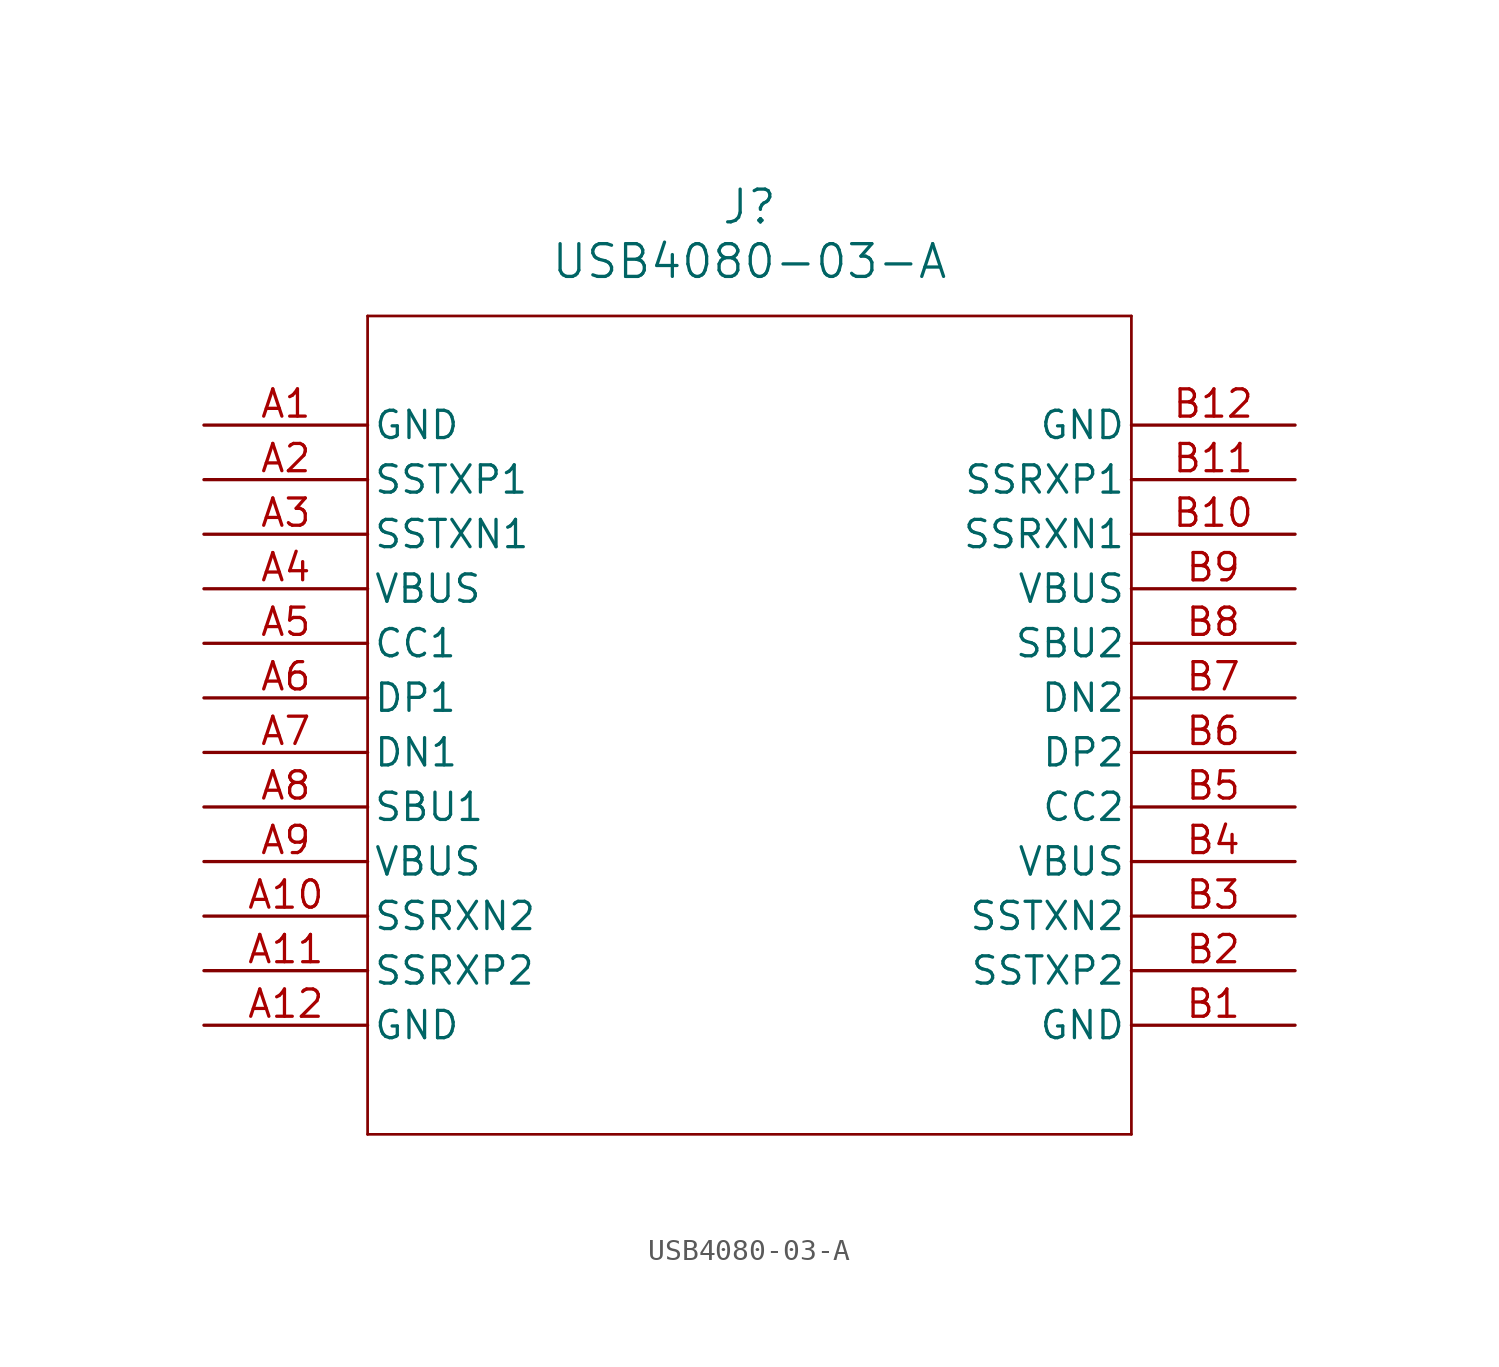
<source format=kicad_sym>
(kicad_symbol_lib
  (version 20211014)
  (generator kicad_symbol_editor)
  (symbol "USB4080-03-A"
    (pin_names
      (offset 0.254))
    (property "Reference" "J"
      (at 25.4 10.16 0)
      (effects (font (size 1.524 1.524))))
    (property "Value" "USB4080-03-A"
      (at 25.4 7.62 0)
      (effects (font (size 1.524 1.524))))
    (symbol "USB4080-03-A_0_1"
      (polyline (pts (xy 7.62 5.08) (xy 7.62 -33.02)) (stroke (width 0.127) (type default) (color 0 0 0 0)) (fill (type none)))
      (polyline (pts (xy 7.62 -33.02) (xy 43.18 -33.02)) (stroke (width 0.127) (type default) (color 0 0 0 0)) (fill (type none)))
      (polyline (pts (xy 43.18 -33.02) (xy 43.18 5.08)) (stroke (width 0.127) (type default) (color 0 0 0 0)) (fill (type none)))
      (polyline (pts (xy 43.18 5.08) (xy 7.62 5.08)) (stroke (width 0.127) (type default) (color 0 0 0 0)) (fill (type none)))
      (pin power_out line (at 0 0 0) (length 7.62) (name "GND" (effects (font (size 1.27 1.27)))) (number "A1" (effects (font (size 1.27 1.27)))))
      (pin bidirectional line (at 0 -2.54 0) (length 7.62) (name "SSTXP1" (effects (font (size 1.27 1.27)))) (number "A2" (effects (font (size 1.27 1.27)))))
      (pin bidirectional line (at 0 -5.08 0) (length 7.62) (name "SSTXN1" (effects (font (size 1.27 1.27)))) (number "A3" (effects (font (size 1.27 1.27)))))
      (pin power_in line (at 0 -7.62 0) (length 7.62) (name "VBUS" (effects (font (size 1.27 1.27)))) (number "A4" (effects (font (size 1.27 1.27)))))
      (pin bidirectional line (at 0 -10.16 0) (length 7.62) (name "CC1" (effects (font (size 1.27 1.27)))) (number "A5" (effects (font (size 1.27 1.27)))))
      (pin bidirectional line (at 0 -12.7 0) (length 7.62) (name "DP1" (effects (font (size 1.27 1.27)))) (number "A6" (effects (font (size 1.27 1.27)))))
      (pin bidirectional line (at 0 -15.24 0) (length 7.62) (name "DN1" (effects (font (size 1.27 1.27)))) (number "A7" (effects (font (size 1.27 1.27)))))
      (pin bidirectional line (at 0 -17.78 0) (length 7.62) (name "SBU1" (effects (font (size 1.27 1.27)))) (number "A8" (effects (font (size 1.27 1.27)))))
      (pin power_in line (at 0 -20.32 0) (length 7.62) (name "VBUS" (effects (font (size 1.27 1.27)))) (number "A9" (effects (font (size 1.27 1.27)))))
      (pin bidirectional line (at 0 -22.86 0) (length 7.62) (name "SSRXN2" (effects (font (size 1.27 1.27)))) (number "A10" (effects (font (size 1.27 1.27)))))
      (pin bidirectional line (at 0 -25.4 0) (length 7.62) (name "SSRXP2" (effects (font (size 1.27 1.27)))) (number "A11" (effects (font (size 1.27 1.27)))))
      (pin power_out line (at 0 -27.94 0) (length 7.62) (name "GND" (effects (font (size 1.27 1.27)))) (number "A12" (effects (font (size 1.27 1.27)))))
      (pin power_out line (at 50.8 -27.94 180) (length 7.62) (name "GND" (effects (font (size 1.27 1.27)))) (number "B1" (effects (font (size 1.27 1.27)))))
      (pin bidirectional line (at 50.8 -25.4 180) (length 7.62) (name "SSTXP2" (effects (font (size 1.27 1.27)))) (number "B2" (effects (font (size 1.27 1.27)))))
      (pin bidirectional line (at 50.8 -22.86 180) (length 7.62) (name "SSTXN2" (effects (font (size 1.27 1.27)))) (number "B3" (effects (font (size 1.27 1.27)))))
      (pin power_in line (at 50.8 -20.32 180) (length 7.62) (name "VBUS" (effects (font (size 1.27 1.27)))) (number "B4" (effects (font (size 1.27 1.27)))))
      (pin bidirectional line (at 50.8 -17.78 180) (length 7.62) (name "CC2" (effects (font (size 1.27 1.27)))) (number "B5" (effects (font (size 1.27 1.27)))))
      (pin bidirectional line (at 50.8 -15.24 180) (length 7.62) (name "DP2" (effects (font (size 1.27 1.27)))) (number "B6" (effects (font (size 1.27 1.27)))))
      (pin bidirectional line (at 50.8 -12.7 180) (length 7.62) (name "DN2" (effects (font (size 1.27 1.27)))) (number "B7" (effects (font (size 1.27 1.27)))))
      (pin bidirectional line (at 50.8 -10.16 180) (length 7.62) (name "SBU2" (effects (font (size 1.27 1.27)))) (number "B8" (effects (font (size 1.27 1.27)))))
      (pin power_in line (at 50.8 -7.62 180) (length 7.62) (name "VBUS" (effects (font (size 1.27 1.27)))) (number "B9" (effects (font (size 1.27 1.27)))))
      (pin bidirectional line (at 50.8 -5.08 180) (length 7.62) (name "SSRXN1" (effects (font (size 1.27 1.27)))) (number "B10" (effects (font (size 1.27 1.27)))))
      (pin bidirectional line (at 50.8 -2.54 180) (length 7.62) (name "SSRXP1" (effects (font (size 1.27 1.27)))) (number "B11" (effects (font (size 1.27 1.27)))))
      (pin power_out line (at 50.8 0 180) (length 7.62) (name "GND" (effects (font (size 1.27 1.27)))) (number "B12" (effects (font (size 1.27 1.27))))))))
</source>
